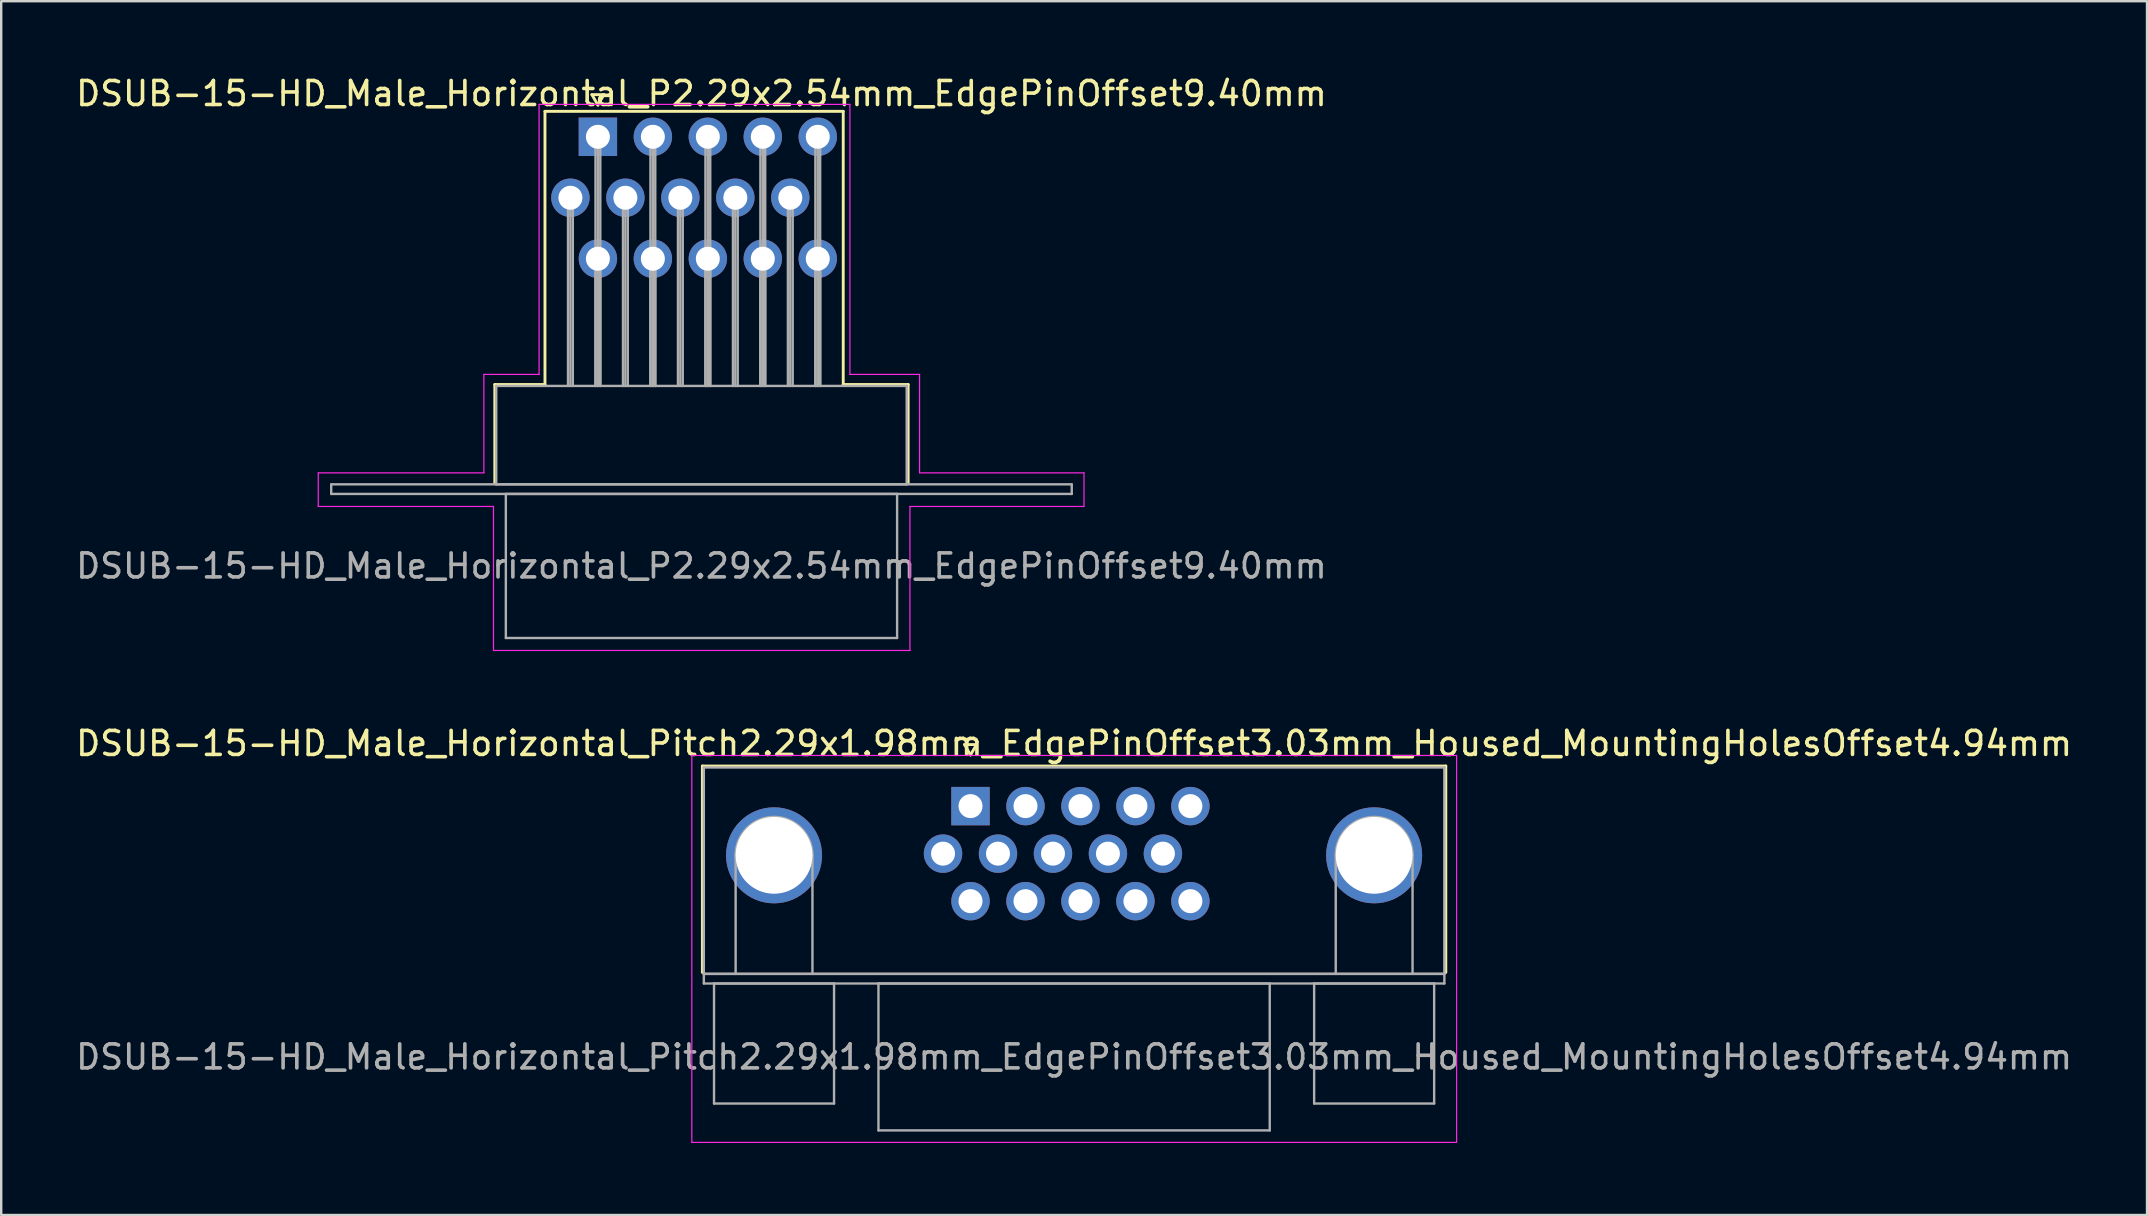
<source format=kicad_pcb>
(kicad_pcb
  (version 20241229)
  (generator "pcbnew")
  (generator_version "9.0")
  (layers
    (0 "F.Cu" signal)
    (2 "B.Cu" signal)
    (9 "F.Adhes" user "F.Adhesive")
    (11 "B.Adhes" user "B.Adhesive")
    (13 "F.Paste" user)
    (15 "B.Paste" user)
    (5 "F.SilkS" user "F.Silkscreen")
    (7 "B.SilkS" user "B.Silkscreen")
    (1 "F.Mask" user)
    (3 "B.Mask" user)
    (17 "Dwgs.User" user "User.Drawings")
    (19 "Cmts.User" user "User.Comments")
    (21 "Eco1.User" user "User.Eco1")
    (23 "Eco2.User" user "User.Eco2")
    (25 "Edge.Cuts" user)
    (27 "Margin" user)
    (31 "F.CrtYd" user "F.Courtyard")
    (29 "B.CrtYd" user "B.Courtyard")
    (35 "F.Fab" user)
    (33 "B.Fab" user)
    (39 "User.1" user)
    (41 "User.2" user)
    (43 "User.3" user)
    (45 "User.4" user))
  (footprint "DSUB-15-HD_Male_Horizontal_P2.29x2.54mm_EdgePinOffset9.40mm"
    (layer "F.Cu")
    (at 21.858 2.648)
    (property "Reference" "DSUB-15-HD_Male_Horizontal_P2.29x2.54mm_EdgePinOffset9.40mm" (at 4.315 -1.8 0) (layer "F.SilkS") (effects (font (size 1 1) (thickness 0.15))))
    (attr through_hole)
    (fp_line (start -4.295 10.32) (end -2.205 10.32) (stroke (width 0.12) (type solid)) (layer "F.SilkS"))
    (fp_line (start -4.295 14.42) (end -4.295 10.32) (stroke (width 0.12) (type solid)) (layer "F.SilkS"))
    (fp_line (start -2.205 -1.06) (end 10.22 -1.06) (stroke (width 0.12) (type solid)) (layer "F.SilkS"))
    (fp_line (start -2.205 10.32) (end -2.205 -1.06) (stroke (width 0.12) (type solid)) (layer "F.SilkS"))
    (fp_line (start -0.25 -1.754) (end 0.25 -1.754) (stroke (width 0.12) (type solid)) (layer "F.SilkS"))
    (fp_line (start 0 -1.321) (end -0.25 -1.754) (stroke (width 0.12) (type solid)) (layer "F.SilkS"))
    (fp_line (start 0.25 -1.754) (end 0 -1.321) (stroke (width 0.12) (type solid)) (layer "F.SilkS"))
    (fp_line (start 10.22 -1.06) (end 10.22 10.32) (stroke (width 0.12) (type solid)) (layer "F.SilkS"))
    (fp_line (start 10.22 10.32) (end 12.925 10.32) (stroke (width 0.12) (type solid)) (layer "F.SilkS"))
    (fp_line (start 12.925 10.32) (end 12.925 14.42) (stroke (width 0.12) (type solid)) (layer "F.SilkS"))
    (fp_line (start -11.65 14) (end -4.75 14) (stroke (width 0.05) (type solid)) (layer "F.CrtYd"))
    (fp_line (start -11.65 15.4) (end -11.65 14) (stroke (width 0.05) (type solid)) (layer "F.CrtYd"))
    (fp_line (start -4.75 9.9) (end -2.45 9.9) (stroke (width 0.05) (type solid)) (layer "F.CrtYd"))
    (fp_line (start -4.75 14) (end -4.75 9.9) (stroke (width 0.05) (type solid)) (layer "F.CrtYd"))
    (fp_line (start -4.35 15.4) (end -11.65 15.4) (stroke (width 0.05) (type solid)) (layer "F.CrtYd"))
    (fp_line (start -4.35 21.4) (end -4.35 15.4) (stroke (width 0.05) (type solid)) (layer "F.CrtYd"))
    (fp_line (start -2.45 -1.35) (end 10.5 -1.35) (stroke (width 0.05) (type solid)) (layer "F.CrtYd"))
    (fp_line (start -2.45 9.9) (end -2.45 -1.35) (stroke (width 0.05) (type solid)) (layer "F.CrtYd"))
    (fp_line (start 10.5 -1.35) (end 10.5 9.9) (stroke (width 0.05) (type solid)) (layer "F.CrtYd"))
    (fp_line (start 10.5 9.9) (end 13.4 9.9) (stroke (width 0.05) (type solid)) (layer "F.CrtYd"))
    (fp_line (start 13 15.4) (end 13 21.4) (stroke (width 0.05) (type solid)) (layer "F.CrtYd"))
    (fp_line (start 13 21.4) (end -4.35 21.4) (stroke (width 0.05) (type solid)) (layer "F.CrtYd"))
    (fp_line (start 13.4 9.9) (end 13.4 14) (stroke (width 0.05) (type solid)) (layer "F.CrtYd"))
    (fp_line (start 13.4 14) (end 20.25 14) (stroke (width 0.05) (type solid)) (layer "F.CrtYd"))
    (fp_line (start 20.25 14) (end 20.25 15.4) (stroke (width 0.05) (type solid)) (layer "F.CrtYd"))
    (fp_line (start 20.25 15.4) (end 13 15.4) (stroke (width 0.05) (type solid)) (layer "F.CrtYd"))
    (fp_line (start -11.11 14.48) (end -11.11 14.88) (stroke (width 0.1) (type solid)) (layer "F.Fab"))
    (fp_line (start -11.11 14.88) (end 19.74 14.88) (stroke (width 0.1) (type solid)) (layer "F.Fab"))
    (fp_line (start -4.235 10.38) (end -4.235 14.48) (stroke (width 0.1) (type solid)) (layer "F.Fab"))
    (fp_line (start -4.235 14.48) (end 12.865 14.48) (stroke (width 0.1) (type solid)) (layer "F.Fab"))
    (fp_line (start -3.835 14.88) (end -3.835 20.88) (stroke (width 0.1) (type solid)) (layer "F.Fab"))
    (fp_line (start -3.835 20.88) (end 12.465 20.88) (stroke (width 0.1) (type solid)) (layer "F.Fab"))
    (fp_line (start -1.245 2.54) (end -1.245 10.38) (stroke (width 0.1) (type solid)) (layer "F.Fab"))
    (fp_line (start -1.145 2.54) (end -1.145 10.38) (stroke (width 0.1) (type solid)) (layer "F.Fab"))
    (fp_line (start -1.045 2.54) (end -1.045 10.38) (stroke (width 0.1) (type solid)) (layer "F.Fab"))
    (fp_line (start -0.1 0) (end -0.1 10.38) (stroke (width 0.1) (type solid)) (layer "F.Fab"))
    (fp_line (start -0.1 5.08) (end -0.1 10.38) (stroke (width 0.1) (type solid)) (layer "F.Fab"))
    (fp_line (start 0 0) (end 0 10.38) (stroke (width 0.1) (type solid)) (layer "F.Fab"))
    (fp_line (start 0 5.08) (end 0 10.38) (stroke (width 0.1) (type solid)) (layer "F.Fab"))
    (fp_line (start 0.1 0) (end 0.1 10.38) (stroke (width 0.1) (type solid)) (layer "F.Fab"))
    (fp_line (start 0.1 5.08) (end 0.1 10.38) (stroke (width 0.1) (type solid)) (layer "F.Fab"))
    (fp_line (start 1.045 2.54) (end 1.045 10.38) (stroke (width 0.1) (type solid)) (layer "F.Fab"))
    (fp_line (start 1.145 2.54) (end 1.145 10.38) (stroke (width 0.1) (type solid)) (layer "F.Fab"))
    (fp_line (start 1.245 2.54) (end 1.245 10.38) (stroke (width 0.1) (type solid)) (layer "F.Fab"))
    (fp_line (start 2.19 0) (end 2.19 10.38) (stroke (width 0.1) (type solid)) (layer "F.Fab"))
    (fp_line (start 2.19 5.08) (end 2.19 10.38) (stroke (width 0.1) (type solid)) (layer "F.Fab"))
    (fp_line (start 2.29 0) (end 2.29 10.38) (stroke (width 0.1) (type solid)) (layer "F.Fab"))
    (fp_line (start 2.29 5.08) (end 2.29 10.38) (stroke (width 0.1) (type solid)) (layer "F.Fab"))
    (fp_line (start 2.39 0) (end 2.39 10.38) (stroke (width 0.1) (type solid)) (layer "F.Fab"))
    (fp_line (start 2.39 5.08) (end 2.39 10.38) (stroke (width 0.1) (type solid)) (layer "F.Fab"))
    (fp_line (start 3.335 2.54) (end 3.335 10.38) (stroke (width 0.1) (type solid)) (layer "F.Fab"))
    (fp_line (start 3.435 2.54) (end 3.435 10.38) (stroke (width 0.1) (type solid)) (layer "F.Fab"))
    (fp_line (start 3.535 2.54) (end 3.535 10.38) (stroke (width 0.1) (type solid)) (layer "F.Fab"))
    (fp_line (start 4.48 0) (end 4.48 10.38) (stroke (width 0.1) (type solid)) (layer "F.Fab"))
    (fp_line (start 4.48 5.08) (end 4.48 10.38) (stroke (width 0.1) (type solid)) (layer "F.Fab"))
    (fp_line (start 4.58 0) (end 4.58 10.38) (stroke (width 0.1) (type solid)) (layer "F.Fab"))
    (fp_line (start 4.58 5.08) (end 4.58 10.38) (stroke (width 0.1) (type solid)) (layer "F.Fab"))
    (fp_line (start 4.68 0) (end 4.68 10.38) (stroke (width 0.1) (type solid)) (layer "F.Fab"))
    (fp_line (start 4.68 5.08) (end 4.68 10.38) (stroke (width 0.1) (type solid)) (layer "F.Fab"))
    (fp_line (start 5.625 2.54) (end 5.625 10.38) (stroke (width 0.1) (type solid)) (layer "F.Fab"))
    (fp_line (start 5.725 2.54) (end 5.725 10.38) (stroke (width 0.1) (type solid)) (layer "F.Fab"))
    (fp_line (start 5.825 2.54) (end 5.825 10.38) (stroke (width 0.1) (type solid)) (layer "F.Fab"))
    (fp_line (start 6.77 0) (end 6.77 10.38) (stroke (width 0.1) (type solid)) (layer "F.Fab"))
    (fp_line (start 6.77 5.08) (end 6.77 10.38) (stroke (width 0.1) (type solid)) (layer "F.Fab"))
    (fp_line (start 6.87 0) (end 6.87 10.38) (stroke (width 0.1) (type solid)) (layer "F.Fab"))
    (fp_line (start 6.87 5.08) (end 6.87 10.38) (stroke (width 0.1) (type solid)) (layer "F.Fab"))
    (fp_line (start 6.97 0) (end 6.97 10.38) (stroke (width 0.1) (type solid)) (layer "F.Fab"))
    (fp_line (start 6.97 5.08) (end 6.97 10.38) (stroke (width 0.1) (type solid)) (layer "F.Fab"))
    (fp_line (start 7.915 2.54) (end 7.915 10.38) (stroke (width 0.1) (type solid)) (layer "F.Fab"))
    (fp_line (start 8.015 2.54) (end 8.015 10.38) (stroke (width 0.1) (type solid)) (layer "F.Fab"))
    (fp_line (start 8.115 2.54) (end 8.115 10.38) (stroke (width 0.1) (type solid)) (layer "F.Fab"))
    (fp_line (start 9.06 0) (end 9.06 10.38) (stroke (width 0.1) (type solid)) (layer "F.Fab"))
    (fp_line (start 9.06 5.08) (end 9.06 10.38) (stroke (width 0.1) (type solid)) (layer "F.Fab"))
    (fp_line (start 9.16 0) (end 9.16 10.38) (stroke (width 0.1) (type solid)) (layer "F.Fab"))
    (fp_line (start 9.16 5.08) (end 9.16 10.38) (stroke (width 0.1) (type solid)) (layer "F.Fab"))
    (fp_line (start 9.26 0) (end 9.26 10.38) (stroke (width 0.1) (type solid)) (layer "F.Fab"))
    (fp_line (start 9.26 5.08) (end 9.26 10.38) (stroke (width 0.1) (type solid)) (layer "F.Fab"))
    (fp_line (start 12.465 14.88) (end -3.835 14.88) (stroke (width 0.1) (type solid)) (layer "F.Fab"))
    (fp_line (start 12.465 20.88) (end 12.465 14.88) (stroke (width 0.1) (type solid)) (layer "F.Fab"))
    (fp_line (start 12.865 10.38) (end -4.235 10.38) (stroke (width 0.1) (type solid)) (layer "F.Fab"))
    (fp_line (start 12.865 14.48) (end 12.865 10.38) (stroke (width 0.1) (type solid)) (layer "F.Fab"))
    (fp_line (start 19.74 14.48) (end -11.11 14.48) (stroke (width 0.1) (type solid)) (layer "F.Fab"))
    (fp_line (start 19.74 14.88) (end 19.74 14.48) (stroke (width 0.1) (type solid)) (layer "F.Fab"))
    (fp_text user "${REFERENCE}" (at 4.315 17.88 0) (layer "F.Fab") (effects (font (size 1 1) (thickness 0.15))))
    (pad "1" thru_hole rect (at 0 0) (size 1.6 1.6) (drill 1) (layers "*.Cu" "*.Mask"))
    (pad "2" thru_hole circle (at 2.29 0) (size 1.6 1.6) (drill 1) (layers "*.Cu" "*.Mask"))
    (pad "3" thru_hole circle (at 4.58 0) (size 1.6 1.6) (drill 1) (layers "*.Cu" "*.Mask"))
    (pad "4" thru_hole circle (at 6.87 0) (size 1.6 1.6) (drill 1) (layers "*.Cu" "*.Mask"))
    (pad "5" thru_hole circle (at 9.16 0) (size 1.6 1.6) (drill 1) (layers "*.Cu" "*.Mask"))
    (pad "6" thru_hole circle (at -1.145 2.54) (size 1.6 1.6) (drill 1) (layers "*.Cu" "*.Mask"))
    (pad "7" thru_hole circle (at 1.145 2.54) (size 1.6 1.6) (drill 1) (layers "*.Cu" "*.Mask"))
    (pad "8" thru_hole circle (at 3.435 2.54) (size 1.6 1.6) (drill 1) (layers "*.Cu" "*.Mask"))
    (pad "9" thru_hole circle (at 5.725 2.54) (size 1.6 1.6) (drill 1) (layers "*.Cu" "*.Mask"))
    (pad "10" thru_hole circle (at 8.015 2.54) (size 1.6 1.6) (drill 1) (layers "*.Cu" "*.Mask"))
    (pad "11" thru_hole circle (at 0 5.08) (size 1.6 1.6) (drill 1) (layers "*.Cu" "*.Mask"))
    (pad "12" thru_hole circle (at 2.29 5.08) (size 1.6 1.6) (drill 1) (layers "*.Cu" "*.Mask"))
    (pad "13" thru_hole circle (at 4.58 5.08) (size 1.6 1.6) (drill 1) (layers "*.Cu" "*.Mask"))
    (pad "14" thru_hole circle (at 6.87 5.08) (size 1.6 1.6) (drill 1) (layers "*.Cu" "*.Mask"))
    (pad "15" thru_hole circle (at 9.16 5.08) (size 1.6 1.6) (drill 1) (layers "*.Cu" "*.Mask")))
  (footprint "DSUB-15-HD_Male_Horizontal_Pitch2.29x1.98mm_EdgePinOffset3.03mm_Housed_MountingHolesOffset4.94mm"
    (layer "F.Cu")
    (at 37.381 30.532)
    (property "Reference" "DSUB-15-HD_Male_Horizontal_Pitch2.29x1.98mm_EdgePinOffset3.03mm_Housed_MountingHolesOffset4.94mm" (at 4.315 -2.61 0) (layer "F.SilkS") (effects (font (size 1 1) (thickness 0.15))))
    (attr through_hole)
    (fp_line (start -11.17 -1.67) (end 19.8 -1.67) (stroke (width 0.12) (type solid)) (layer "F.SilkS"))
    (fp_line (start -11.17 6.93) (end -11.17 -1.67) (stroke (width 0.12) (type solid)) (layer "F.SilkS"))
    (fp_line (start -0.25 -2.564) (end 0.25 -2.564) (stroke (width 0.12) (type solid)) (layer "F.SilkS"))
    (fp_line (start 0 -2.131) (end -0.25 -2.564) (stroke (width 0.12) (type solid)) (layer "F.SilkS"))
    (fp_line (start 0.25 -2.564) (end 0 -2.131) (stroke (width 0.12) (type solid)) (layer "F.SilkS"))
    (fp_line (start 19.8 -1.67) (end 19.8 6.93) (stroke (width 0.12) (type solid)) (layer "F.SilkS"))
    (fp_line (start -11.61 -2.11) (end -11.61 14.01) (stroke (width 0.05) (type solid)) (layer "F.CrtYd"))
    (fp_line (start -11.61 14.01) (end 20.25 14.01) (stroke (width 0.05) (type solid)) (layer "F.CrtYd"))
    (fp_line (start 20.25 -2.11) (end -11.61 -2.11) (stroke (width 0.05) (type solid)) (layer "F.CrtYd"))
    (fp_line (start 20.25 14.01) (end 20.25 -2.11) (stroke (width 0.05) (type solid)) (layer "F.CrtYd"))
    (fp_line (start -11.11 -1.61) (end -11.11 6.99) (stroke (width 0.1) (type solid)) (layer "F.Fab"))
    (fp_line (start -11.11 6.99) (end -11.11 7.39) (stroke (width 0.1) (type solid)) (layer "F.Fab"))
    (fp_line (start -11.11 6.99) (end 19.74 6.99) (stroke (width 0.1) (type solid)) (layer "F.Fab"))
    (fp_line (start -11.11 7.39) (end 19.74 7.39) (stroke (width 0.1) (type solid)) (layer "F.Fab"))
    (fp_line (start -10.685 7.39) (end -10.685 12.39) (stroke (width 0.1) (type solid)) (layer "F.Fab"))
    (fp_line (start -10.685 12.39) (end -5.685 12.39) (stroke (width 0.1) (type solid)) (layer "F.Fab"))
    (fp_line (start -9.785 6.99) (end -9.785 2.05) (stroke (width 0.1) (type solid)) (layer "F.Fab"))
    (fp_line (start -6.585 6.99) (end -6.585 2.05) (stroke (width 0.1) (type solid)) (layer "F.Fab"))
    (fp_line (start -5.685 7.39) (end -10.685 7.39) (stroke (width 0.1) (type solid)) (layer "F.Fab"))
    (fp_line (start -5.685 12.39) (end -5.685 7.39) (stroke (width 0.1) (type solid)) (layer "F.Fab"))
    (fp_line (start -3.835 7.39) (end -3.835 13.51) (stroke (width 0.1) (type solid)) (layer "F.Fab"))
    (fp_line (start -3.835 13.51) (end 12.465 13.51) (stroke (width 0.1) (type solid)) (layer "F.Fab"))
    (fp_line (start 12.465 7.39) (end -3.835 7.39) (stroke (width 0.1) (type solid)) (layer "F.Fab"))
    (fp_line (start 12.465 13.51) (end 12.465 7.39) (stroke (width 0.1) (type solid)) (layer "F.Fab"))
    (fp_line (start 14.315 7.39) (end 14.315 12.39) (stroke (width 0.1) (type solid)) (layer "F.Fab"))
    (fp_line (start 14.315 12.39) (end 19.315 12.39) (stroke (width 0.1) (type solid)) (layer "F.Fab"))
    (fp_line (start 15.215 6.99) (end 15.215 2.05) (stroke (width 0.1) (type solid)) (layer "F.Fab"))
    (fp_line (start 18.415 6.99) (end 18.415 2.05) (stroke (width 0.1) (type solid)) (layer "F.Fab"))
    (fp_line (start 19.315 7.39) (end 14.315 7.39) (stroke (width 0.1) (type solid)) (layer "F.Fab"))
    (fp_line (start 19.315 12.39) (end 19.315 7.39) (stroke (width 0.1) (type solid)) (layer "F.Fab"))
    (fp_line (start 19.74 -1.61) (end -11.11 -1.61) (stroke (width 0.1) (type solid)) (layer "F.Fab"))
    (fp_line (start 19.74 6.99) (end -11.11 6.99) (stroke (width 0.1) (type solid)) (layer "F.Fab"))
    (fp_line (start 19.74 6.99) (end 19.74 -1.61) (stroke (width 0.1) (type solid)) (layer "F.Fab"))
    (fp_line (start 19.74 7.39) (end 19.74 6.99) (stroke (width 0.1) (type solid)) (layer "F.Fab"))
    (fp_arc (start -9.785 2.05) (mid -8.185 0.45) (end -6.585 2.05) (stroke (width 0.1) (type solid)) (layer "F.Fab"))
    (fp_arc (start 15.215 2.05) (mid 16.815 0.45) (end 18.415 2.05) (stroke (width 0.1) (type solid)) (layer "F.Fab"))
    (fp_text user "${REFERENCE}" (at 4.315 10.45 0) (layer "F.Fab") (effects (font (size 1 1) (thickness 0.15))))
    (pad "0" thru_hole circle (at -8.185 2.05) (size 4 4) (drill 3.2) (layers "*.Cu" "*.Mask"))
    (pad "0" thru_hole circle (at 16.815 2.05) (size 4 4) (drill 3.2) (layers "*.Cu" "*.Mask"))
    (pad "1" thru_hole rect (at 0 0) (size 1.6 1.6) (drill 1) (layers "*.Cu" "*.Mask"))
    (pad "2" thru_hole circle (at 2.29 0) (size 1.6 1.6) (drill 1) (layers "*.Cu" "*.Mask"))
    (pad "3" thru_hole circle (at 4.58 0) (size 1.6 1.6) (drill 1) (layers "*.Cu" "*.Mask"))
    (pad "4" thru_hole circle (at 6.87 0) (size 1.6 1.6) (drill 1) (layers "*.Cu" "*.Mask"))
    (pad "5" thru_hole circle (at 9.16 0) (size 1.6 1.6) (drill 1) (layers "*.Cu" "*.Mask"))
    (pad "6" thru_hole circle (at -1.145 1.98) (size 1.6 1.6) (drill 1) (layers "*.Cu" "*.Mask"))
    (pad "7" thru_hole circle (at 1.145 1.98) (size 1.6 1.6) (drill 1) (layers "*.Cu" "*.Mask"))
    (pad "8" thru_hole circle (at 3.435 1.98) (size 1.6 1.6) (drill 1) (layers "*.Cu" "*.Mask"))
    (pad "9" thru_hole circle (at 5.725 1.98) (size 1.6 1.6) (drill 1) (layers "*.Cu" "*.Mask"))
    (pad "10" thru_hole circle (at 8.015 1.98) (size 1.6 1.6) (drill 1) (layers "*.Cu" "*.Mask"))
    (pad "11" thru_hole circle (at 0 3.96) (size 1.6 1.6) (drill 1) (layers "*.Cu" "*.Mask"))
    (pad "12" thru_hole circle (at 2.29 3.96) (size 1.6 1.6) (drill 1) (layers "*.Cu" "*.Mask"))
    (pad "13" thru_hole circle (at 4.58 3.96) (size 1.6 1.6) (drill 1) (layers "*.Cu" "*.Mask"))
    (pad "14" thru_hole circle (at 6.87 3.96) (size 1.6 1.6) (drill 1) (layers "*.Cu" "*.Mask"))
    (pad "15" thru_hole circle (at 9.16 3.96) (size 1.6 1.6) (drill 1) (layers "*.Cu" "*.Mask")))
  (gr_rect
    (start -3 -3)
    (end 86.393 47.566)
    (stroke (width 0.1) (type default))
    (fill no)
    (layer "Edge.Cuts")))
</source>
